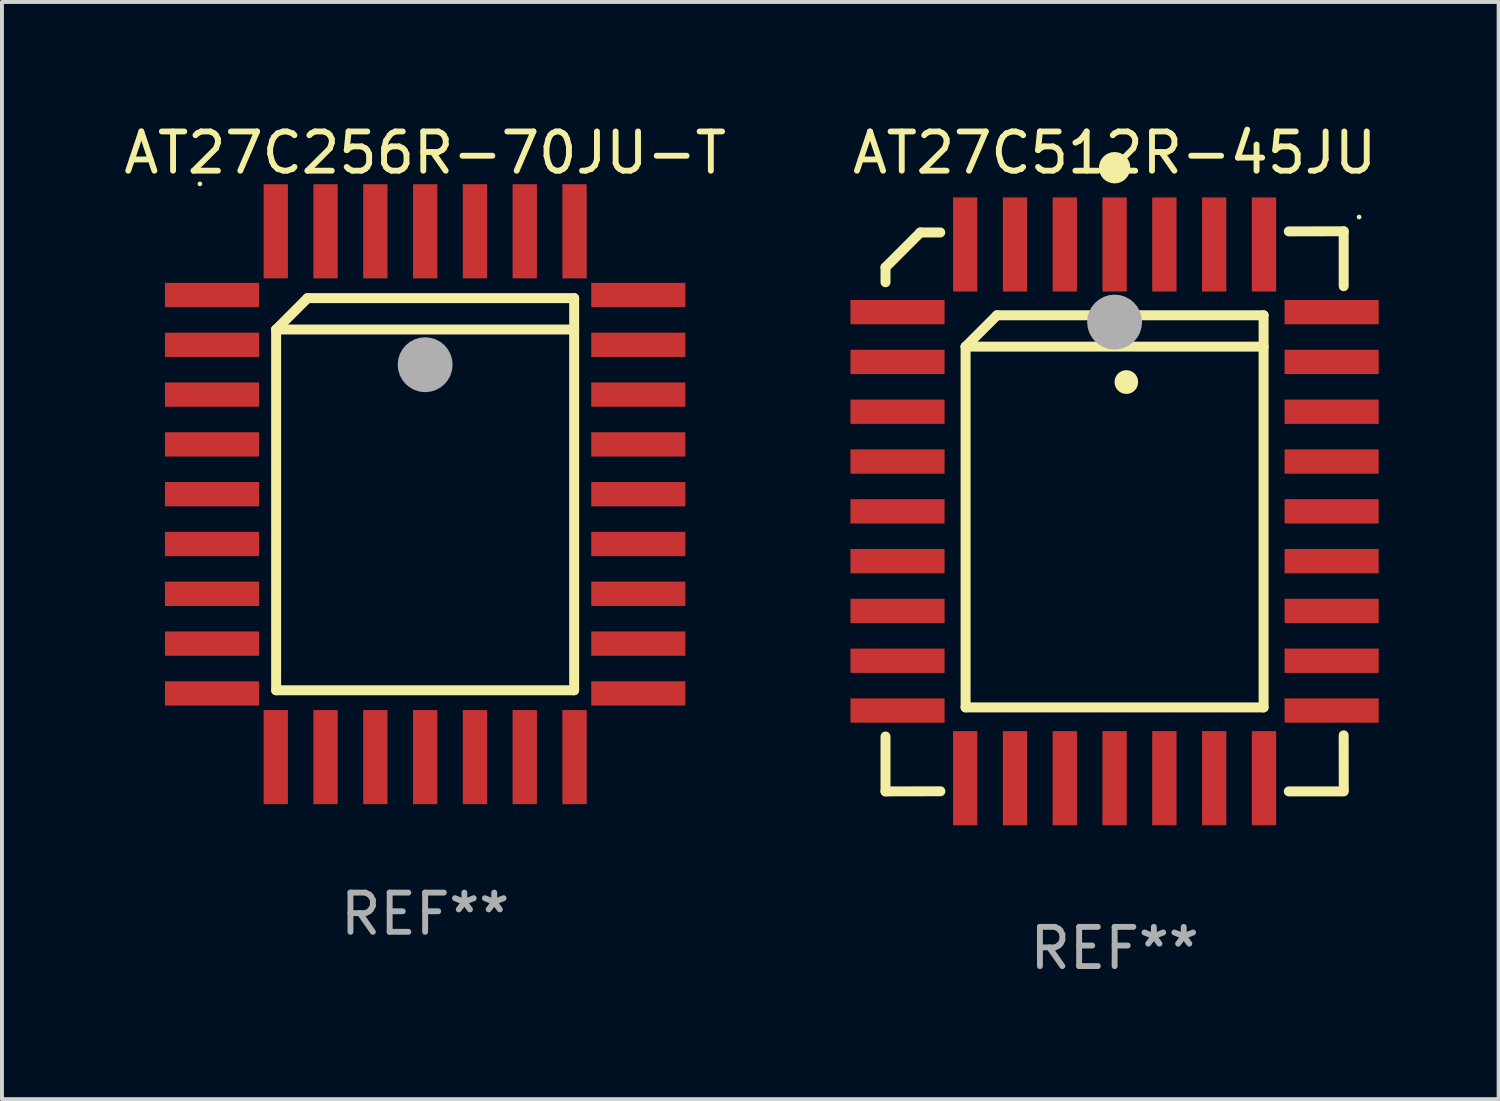
<source format=kicad_pcb>
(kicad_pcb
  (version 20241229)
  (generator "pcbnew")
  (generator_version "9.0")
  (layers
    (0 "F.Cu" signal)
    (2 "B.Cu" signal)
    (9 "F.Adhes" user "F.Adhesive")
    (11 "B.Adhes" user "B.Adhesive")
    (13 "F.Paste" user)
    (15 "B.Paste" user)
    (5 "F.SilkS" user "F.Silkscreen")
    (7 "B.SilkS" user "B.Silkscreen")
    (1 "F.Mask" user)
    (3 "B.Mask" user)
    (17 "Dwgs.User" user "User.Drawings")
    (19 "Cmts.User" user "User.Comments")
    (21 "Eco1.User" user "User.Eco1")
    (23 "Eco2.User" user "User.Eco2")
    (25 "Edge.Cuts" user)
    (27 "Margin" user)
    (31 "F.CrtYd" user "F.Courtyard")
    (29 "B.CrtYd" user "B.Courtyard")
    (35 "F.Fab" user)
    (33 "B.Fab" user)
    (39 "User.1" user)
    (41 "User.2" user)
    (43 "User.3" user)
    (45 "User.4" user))
  (footprint "AT27C256R-70JU-T"
    (layer "F.Cu")
    (at 7.792 9.553)
    (property "Reference" "AT27C256R-70JU-T" (at 0 -8.705 0) (layer "F.SilkS") (effects (font (size 1 1) (thickness 0.15))))
    (attr through_hole)
    (fp_line (start -3.8 -4.2) (end -3 -5) (stroke (width 0.254) (type solid)) (layer "F.SilkS"))
    (fp_line (start -3.8 -4.2) (end 3.8 -4.2) (stroke (width 0.254) (type solid)) (layer "F.SilkS"))
    (fp_line (start -3.8 5) (end -3.8 -4.2) (stroke (width 0.254) (type solid)) (layer "F.SilkS"))
    (fp_line (start -3 -5) (end 3.8 -5) (stroke (width 0.254) (type solid)) (layer "F.SilkS"))
    (fp_line (start 3.8 -5) (end 3.8 5) (stroke (width 0.254) (type solid)) (layer "F.SilkS"))
    (fp_line (start 3.8 5) (end -3.8 5) (stroke (width 0.254) (type solid)) (layer "F.SilkS"))
    (fp_arc (start 0.299721 -3.294387) (mid 0.29971 -3.296927) (end 0.299721 -3.299467) (stroke (width 0.6) (type solid)) (layer "F.SilkS"))
    (fp_circle (center -5.744 -7.913) (end -5.714 -7.913) (stroke (width 0.06) (type solid)) (fill no) (layer "F.SilkS"))
    (fp_circle (center 0 -3.302) (end 0.35 -3.302) (stroke (width 0.7) (type solid)) (fill no) (layer "F.Fab"))
    (fp_text user "REF**" (at 0 10.705 0) (layer "F.Fab") (effects (font (size 1 1) (thickness 0.15))))
    (pad "1" smd rect (at 0 -6.705 180) (size 0.62 2.4) (layers "F.Cu" "F.Mask" "F.Paste"))
    (pad "2" smd rect (at -1.27 -6.705 180) (size 0.62 2.4) (layers "F.Cu" "F.Mask" "F.Paste"))
    (pad "3" smd rect (at -2.54 -6.705 180) (size 0.62 2.4) (layers "F.Cu" "F.Mask" "F.Paste"))
    (pad "4" smd rect (at -3.81 -6.705 180) (size 0.62 2.4) (layers "F.Cu" "F.Mask" "F.Paste"))
    (pad "5" smd rect (at -5.435 -5.08 270) (size 0.62 2.4) (layers "F.Cu" "F.Mask" "F.Paste"))
    (pad "6" smd rect (at -5.435 -3.81 270) (size 0.62 2.4) (layers "F.Cu" "F.Mask" "F.Paste"))
    (pad "7" smd rect (at -5.435 -2.54 270) (size 0.62 2.4) (layers "F.Cu" "F.Mask" "F.Paste"))
    (pad "8" smd rect (at -5.435 -1.27 270) (size 0.62 2.4) (layers "F.Cu" "F.Mask" "F.Paste"))
    (pad "9" smd rect (at -5.435 0 270) (size 0.62 2.4) (layers "F.Cu" "F.Mask" "F.Paste"))
    (pad "10" smd rect (at -5.435 1.27 270) (size 0.62 2.4) (layers "F.Cu" "F.Mask" "F.Paste"))
    (pad "11" smd rect (at -5.435 2.54 270) (size 0.62 2.4) (layers "F.Cu" "F.Mask" "F.Paste"))
    (pad "12" smd rect (at -5.435 3.81 270) (size 0.62 2.4) (layers "F.Cu" "F.Mask" "F.Paste"))
    (pad "13" smd rect (at -5.435 5.08 270) (size 0.62 2.4) (layers "F.Cu" "F.Mask" "F.Paste"))
    (pad "14" smd rect (at -3.81 6.705) (size 0.62 2.4) (layers "F.Cu" "F.Mask" "F.Paste"))
    (pad "15" smd rect (at -2.54 6.705) (size 0.62 2.4) (layers "F.Cu" "F.Mask" "F.Paste"))
    (pad "16" smd rect (at -1.27 6.705) (size 0.62 2.4) (layers "F.Cu" "F.Mask" "F.Paste"))
    (pad "17" smd rect (at 0 6.705) (size 0.62 2.4) (layers "F.Cu" "F.Mask" "F.Paste"))
    (pad "18" smd rect (at 1.27 6.705) (size 0.62 2.4) (layers "F.Cu" "F.Mask" "F.Paste"))
    (pad "19" smd rect (at 2.54 6.705) (size 0.62 2.4) (layers "F.Cu" "F.Mask" "F.Paste"))
    (pad "20" smd rect (at 3.81 6.705) (size 0.62 2.4) (layers "F.Cu" "F.Mask" "F.Paste"))
    (pad "21" smd rect (at 5.435 5.08 90) (size 0.62 2.4) (layers "F.Cu" "F.Mask" "F.Paste"))
    (pad "22" smd rect (at 5.435 3.81 90) (size 0.62 2.4) (layers "F.Cu" "F.Mask" "F.Paste"))
    (pad "23" smd rect (at 5.435 2.54 90) (size 0.62 2.4) (layers "F.Cu" "F.Mask" "F.Paste"))
    (pad "24" smd rect (at 5.435 1.27 90) (size 0.62 2.4) (layers "F.Cu" "F.Mask" "F.Paste"))
    (pad "25" smd rect (at 5.435 0 90) (size 0.62 2.4) (layers "F.Cu" "F.Mask" "F.Paste"))
    (pad "26" smd rect (at 5.435 -1.27 90) (size 0.62 2.4) (layers "F.Cu" "F.Mask" "F.Paste"))
    (pad "27" smd rect (at 5.435 -2.54 90) (size 0.62 2.4) (layers "F.Cu" "F.Mask" "F.Paste"))
    (pad "28" smd rect (at 5.435 -3.81 90) (size 0.62 2.4) (layers "F.Cu" "F.Mask" "F.Paste"))
    (pad "29" smd rect (at 5.435 -5.08 90) (size 0.62 2.4) (layers "F.Cu" "F.Mask" "F.Paste"))
    (pad "30" smd rect (at 3.81 -6.705) (size 0.62 2.4) (layers "F.Cu" "F.Mask" "F.Paste"))
    (pad "31" smd rect (at 2.54 -6.705) (size 0.62 2.4) (layers "F.Cu" "F.Mask" "F.Paste"))
    (pad "32" smd rect (at 1.27 -6.705) (size 0.62 2.4) (layers "F.Cu" "F.Mask" "F.Paste")))
  (footprint "AT27C512R-45JU"
    (layer "F.Cu")
    (at 25.375 9.99)
    (property "Reference" "AT27C512R-45JU" (at 0 -9.142 0) (layer "F.SilkS") (effects (font (size 1 1) (thickness 0.15))))
    (attr through_hole)
    (fp_line (start -5.843 5.742) (end -5.843 7.142) (stroke (width 0.254) (type solid)) (layer "F.SilkS"))
    (fp_line (start -5.843 7.142) (end -4.443 7.139) (stroke (width 0.254) (type solid)) (layer "F.SilkS"))
    (fp_line (start -5.843 -6.223) (end -4.954 -7.112) (stroke (width 0.254) (type solid)) (layer "F.SilkS"))
    (fp_line (start -5.843 -5.842) (end -5.843 -6.223) (stroke (width 0.254) (type solid)) (layer "F.SilkS"))
    (fp_line (start -4.954 -7.112) (end -4.446 -7.112) (stroke (width 0.254) (type solid)) (layer "F.SilkS"))
    (fp_line (start -3.801 -4.2) (end -3.001 -5) (stroke (width 0.254) (type solid)) (layer "F.SilkS"))
    (fp_line (start -3.801 -4.2) (end 3.799 -4.2) (stroke (width 0.254) (type solid)) (layer "F.SilkS"))
    (fp_line (start -3.801 5) (end -3.801 -4.2) (stroke (width 0.254) (type solid)) (layer "F.SilkS"))
    (fp_line (start -3.001 -5) (end 3.799 -5) (stroke (width 0.254) (type solid)) (layer "F.SilkS"))
    (fp_line (start 3.799 -5) (end 3.799 5) (stroke (width 0.254) (type solid)) (layer "F.SilkS"))
    (fp_line (start 3.799 5) (end -3.801 5) (stroke (width 0.254) (type solid)) (layer "F.SilkS"))
    (fp_line (start 4.441 7.142) (end 5.841 7.142) (stroke (width 0.254) (type solid)) (layer "F.SilkS"))
    (fp_line (start 5.841 -7.142) (end 4.441 -7.139) (stroke (width 0.254) (type solid)) (layer "F.SilkS"))
    (fp_line (start 5.841 -5.742) (end 5.841 -7.142) (stroke (width 0.254) (type solid)) (layer "F.SilkS"))
    (fp_line (start 5.843 7.112) (end 5.841 5.712) (stroke (width 0.254) (type solid)) (layer "F.SilkS"))
    (fp_arc (start 0.298285 -3.294387) (mid 0.298274 -3.296927) (end 0.298285 -3.299467) (stroke (width 0.6) (type solid)) (layer "F.SilkS"))
    (fp_circle (center -0.001 -8.763) (end 0.199 -8.763) (stroke (width 0.4) (type solid)) (fill no) (layer "F.SilkS"))
    (fp_circle (center 6.234 -7.505) (end 6.264 -7.505) (stroke (width 0.06) (type solid)) (fill no) (layer "F.SilkS"))
    (fp_circle (center -0.001 -4.826) (end 0.349 -4.826) (stroke (width 0.7) (type solid)) (fill no) (layer "F.Fab"))
    (fp_text user "REF**" (at 0 11.142 0) (layer "F.Fab") (effects (font (size 1 1) (thickness 0.15))))
    (pad "1" smd rect (at -0.001 -6.805 180) (size 0.62 2.4) (layers "F.Cu" "F.Mask" "F.Paste"))
    (pad "2" smd rect (at -1.271 -6.805 180) (size 0.62 2.4) (layers "F.Cu" "F.Mask" "F.Paste"))
    (pad "3" smd rect (at -2.541 -6.805 180) (size 0.62 2.4) (layers "F.Cu" "F.Mask" "F.Paste"))
    (pad "4" smd rect (at -3.811 -6.805 180) (size 0.62 2.4) (layers "F.Cu" "F.Mask" "F.Paste"))
    (pad "5" smd rect (at -5.537 -5.08 270) (size 0.62 2.4) (layers "F.Cu" "F.Mask" "F.Paste"))
    (pad "6" smd rect (at -5.537 -3.81 270) (size 0.62 2.4) (layers "F.Cu" "F.Mask" "F.Paste"))
    (pad "7" smd rect (at -5.537 -2.54 270) (size 0.62 2.4) (layers "F.Cu" "F.Mask" "F.Paste"))
    (pad "8" smd rect (at -5.537 -1.27 270) (size 0.62 2.4) (layers "F.Cu" "F.Mask" "F.Paste"))
    (pad "9" smd rect (at -5.537 0.000127 270) (size 0.62 2.4) (layers "F.Cu" "F.Mask" "F.Paste"))
    (pad "10" smd rect (at -5.537 1.27 270) (size 0.62 2.4) (layers "F.Cu" "F.Mask" "F.Paste"))
    (pad "11" smd rect (at -5.537 2.54 270) (size 0.62 2.4) (layers "F.Cu" "F.Mask" "F.Paste"))
    (pad "12" smd rect (at -5.537 3.81 270) (size 0.62 2.4) (layers "F.Cu" "F.Mask" "F.Paste"))
    (pad "13" smd rect (at -5.537 5.08 270) (size 0.62 2.4) (layers "F.Cu" "F.Mask" "F.Paste"))
    (pad "14" smd rect (at -3.811 6.805) (size 0.62 2.4) (layers "F.Cu" "F.Mask" "F.Paste"))
    (pad "15" smd rect (at -2.541 6.805) (size 0.62 2.4) (layers "F.Cu" "F.Mask" "F.Paste"))
    (pad "16" smd rect (at -1.271 6.805) (size 0.62 2.4) (layers "F.Cu" "F.Mask" "F.Paste"))
    (pad "17" smd rect (at -0.001 6.805) (size 0.62 2.4) (layers "F.Cu" "F.Mask" "F.Paste"))
    (pad "18" smd rect (at 1.269 6.805) (size 0.62 2.4) (layers "F.Cu" "F.Mask" "F.Paste"))
    (pad "19" smd rect (at 2.539 6.805) (size 0.62 2.4) (layers "F.Cu" "F.Mask" "F.Paste"))
    (pad "20" smd rect (at 3.809 6.805) (size 0.62 2.4) (layers "F.Cu" "F.Mask" "F.Paste"))
    (pad "21" smd rect (at 5.534 5.08 90) (size 0.62 2.4) (layers "F.Cu" "F.Mask" "F.Paste"))
    (pad "22" smd rect (at 5.534 3.81 90) (size 0.62 2.4) (layers "F.Cu" "F.Mask" "F.Paste"))
    (pad "23" smd rect (at 5.534 2.54 90) (size 0.62 2.4) (layers "F.Cu" "F.Mask" "F.Paste"))
    (pad "24" smd rect (at 5.534 1.27 90) (size 0.62 2.4) (layers "F.Cu" "F.Mask" "F.Paste"))
    (pad "25" smd rect (at 5.534 0.000127 90) (size 0.62 2.4) (layers "F.Cu" "F.Mask" "F.Paste"))
    (pad "26" smd rect (at 5.534 -1.27 90) (size 0.62 2.4) (layers "F.Cu" "F.Mask" "F.Paste"))
    (pad "27" smd rect (at 5.534 -2.54 90) (size 0.62 2.4) (layers "F.Cu" "F.Mask" "F.Paste"))
    (pad "28" smd rect (at 5.534 -3.81 90) (size 0.62 2.4) (layers "F.Cu" "F.Mask" "F.Paste"))
    (pad "29" smd rect (at 5.534 -5.08 90) (size 0.62 2.4) (layers "F.Cu" "F.Mask" "F.Paste"))
    (pad "30" smd rect (at 3.809 -6.805) (size 0.62 2.4) (layers "F.Cu" "F.Mask" "F.Paste"))
    (pad "31" smd rect (at 2.539 -6.805) (size 0.62 2.4) (layers "F.Cu" "F.Mask" "F.Paste"))
    (pad "32" smd rect (at 1.269 -6.805) (size 0.62 2.4) (layers "F.Cu" "F.Mask" "F.Paste")))
  (gr_rect
    (start -3 -3)
    (end 35.167 24.981)
    (stroke (width 0.1) (type default))
    (fill no)
    (layer "Edge.Cuts")))
</source>
